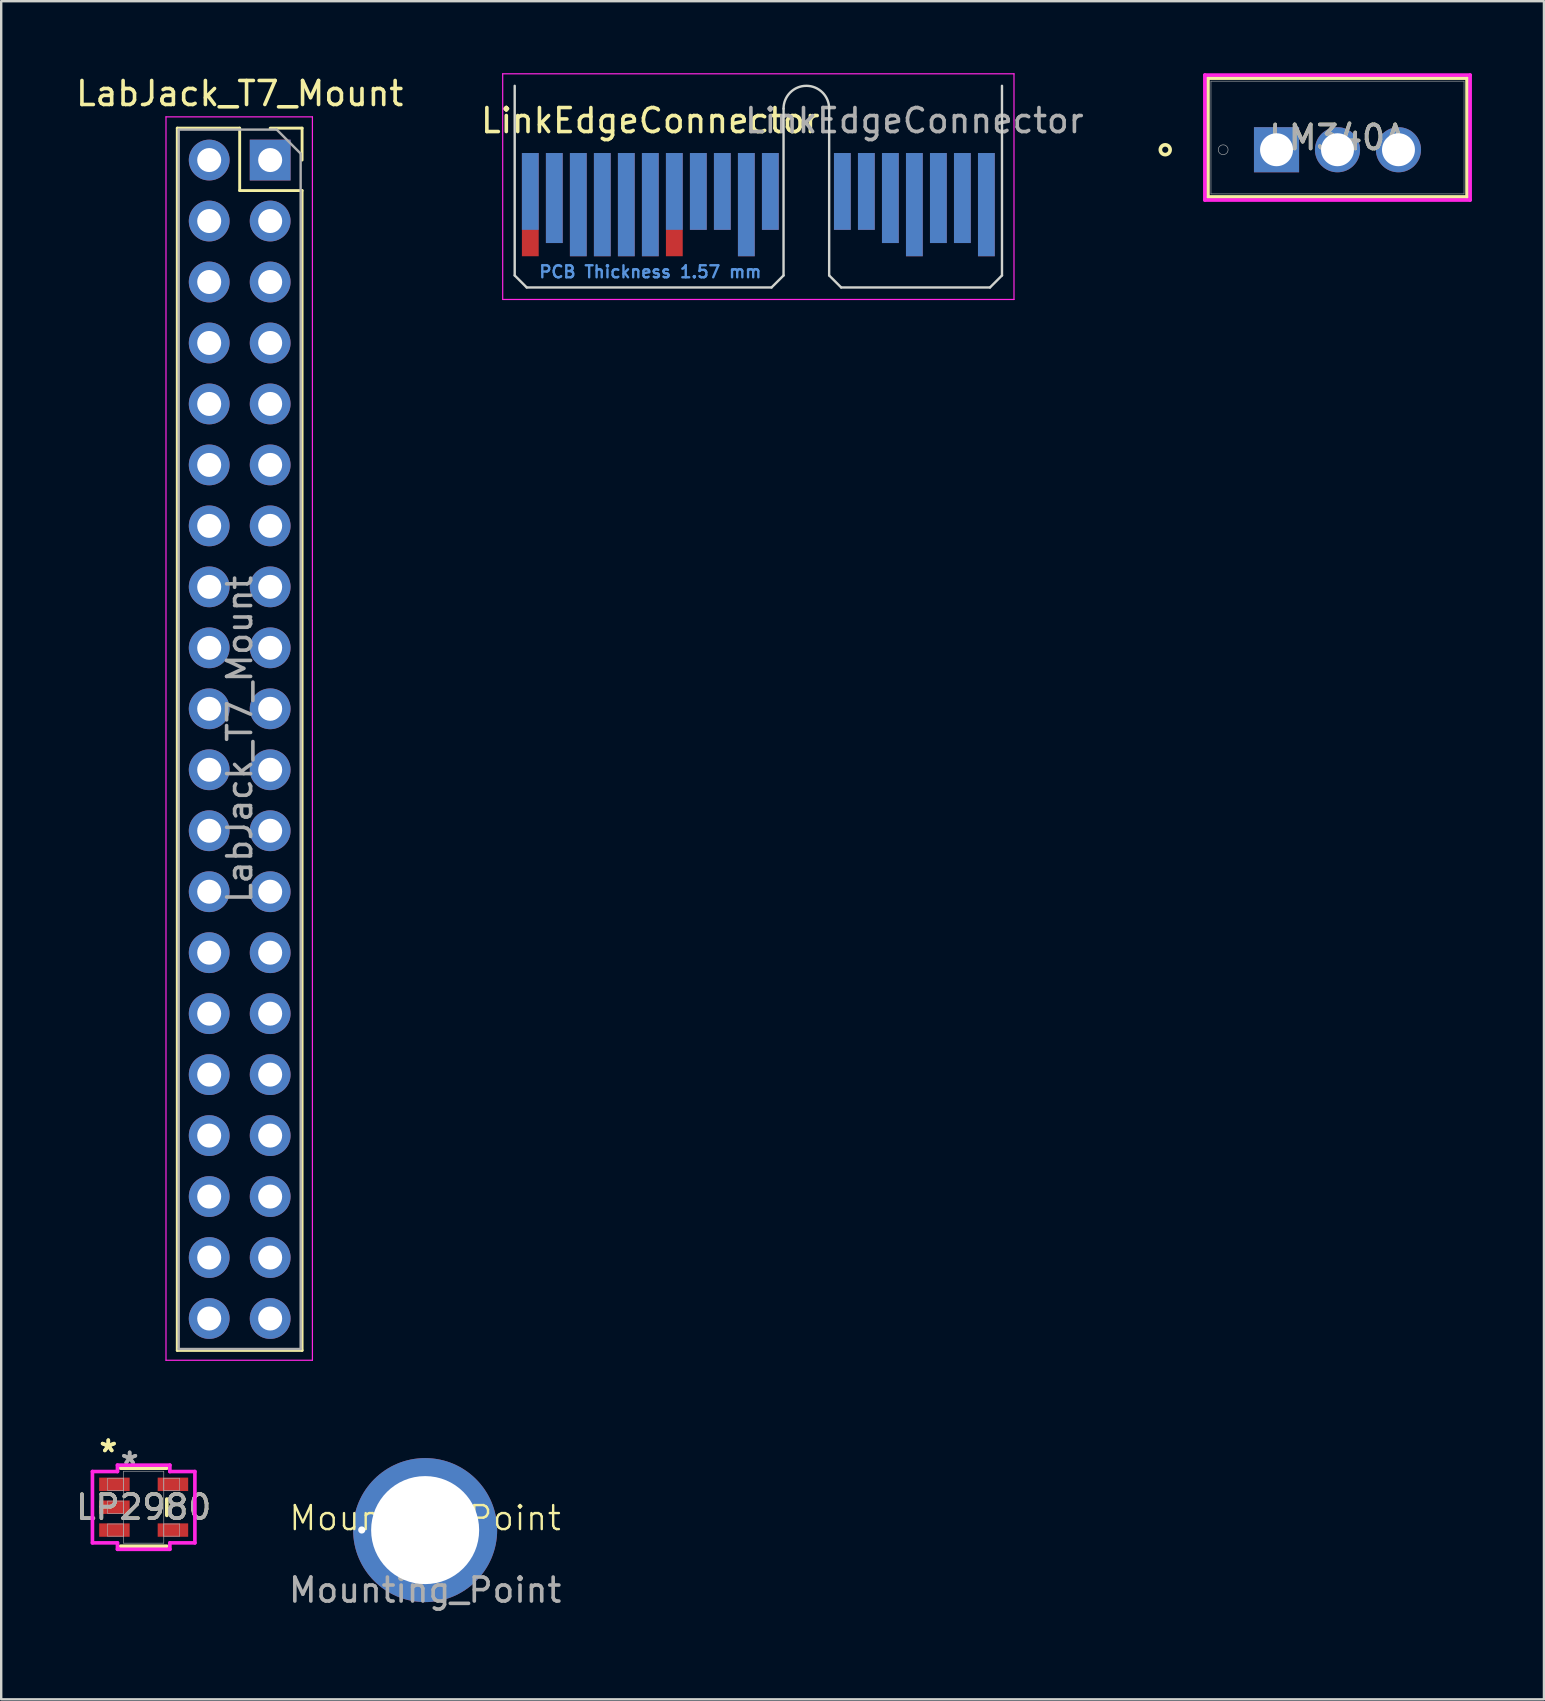
<source format=kicad_pcb>
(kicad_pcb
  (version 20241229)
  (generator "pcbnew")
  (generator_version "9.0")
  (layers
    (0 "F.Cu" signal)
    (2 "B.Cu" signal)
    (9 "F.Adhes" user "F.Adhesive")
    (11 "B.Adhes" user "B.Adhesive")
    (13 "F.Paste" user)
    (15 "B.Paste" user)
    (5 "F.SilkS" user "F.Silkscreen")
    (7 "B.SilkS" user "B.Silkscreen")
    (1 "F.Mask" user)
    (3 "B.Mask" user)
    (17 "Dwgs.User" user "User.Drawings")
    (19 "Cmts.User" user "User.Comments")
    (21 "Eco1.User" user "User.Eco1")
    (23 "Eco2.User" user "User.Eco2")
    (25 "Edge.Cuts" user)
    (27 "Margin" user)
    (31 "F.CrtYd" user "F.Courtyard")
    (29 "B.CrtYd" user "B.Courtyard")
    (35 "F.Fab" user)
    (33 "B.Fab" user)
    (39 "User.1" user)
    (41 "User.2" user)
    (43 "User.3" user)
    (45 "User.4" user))
  (footprint "LP2980"
    (layer "F.Cu")
    (at 2.935 59.739)
    (property "Reference" "LP2980" (at 0 0 0) (unlocked yes) (layer "F.SilkS") (effects (font (size 1 1) (thickness 0.15))))
    (attr smd)
    (fp_line (start -0.965 1.626) (end 0.965 1.626) (stroke (width 0.152) (type solid)) (layer "F.SilkS"))
    (fp_line (start 0.965 -1.626) (end -0.965 -1.626) (stroke (width 0.152) (type solid)) (layer "F.SilkS"))
    (fp_line (start 0.965 0.34) (end 0.965 -0.34) (stroke (width 0.152) (type solid)) (layer "F.SilkS"))
    (fp_line (start -2.134 -1.486) (end -1.092 -1.486) (stroke (width 0.152) (type solid)) (layer "F.CrtYd"))
    (fp_line (start -2.134 1.486) (end -2.134 -1.486) (stroke (width 0.152) (type solid)) (layer "F.CrtYd"))
    (fp_line (start -1.092 -1.753) (end 1.092 -1.753) (stroke (width 0.152) (type solid)) (layer "F.CrtYd"))
    (fp_line (start -1.092 -1.486) (end -1.092 -1.753) (stroke (width 0.152) (type solid)) (layer "F.CrtYd"))
    (fp_line (start -1.092 1.486) (end -2.134 1.486) (stroke (width 0.152) (type solid)) (layer "F.CrtYd"))
    (fp_line (start -1.092 1.753) (end -1.092 1.486) (stroke (width 0.152) (type solid)) (layer "F.CrtYd"))
    (fp_line (start 1.092 -1.753) (end 1.092 -1.486) (stroke (width 0.152) (type solid)) (layer "F.CrtYd"))
    (fp_line (start 1.092 -1.486) (end 2.134 -1.486) (stroke (width 0.152) (type solid)) (layer "F.CrtYd"))
    (fp_line (start 1.092 1.486) (end 1.092 1.753) (stroke (width 0.152) (type solid)) (layer "F.CrtYd"))
    (fp_line (start 1.092 1.753) (end -1.092 1.753) (stroke (width 0.152) (type solid)) (layer "F.CrtYd"))
    (fp_line (start 2.134 -1.486) (end 2.134 1.486) (stroke (width 0.152) (type solid)) (layer "F.CrtYd"))
    (fp_line (start 2.134 1.486) (end 1.092 1.486) (stroke (width 0.152) (type solid)) (layer "F.CrtYd"))
    (fp_line (start -1.499 -1.206) (end -1.499 -0.699) (stroke (width 0.025) (type solid)) (layer "F.Fab"))
    (fp_line (start -1.499 -0.699) (end -0.838 -0.699) (stroke (width 0.025) (type solid)) (layer "F.Fab"))
    (fp_line (start -1.499 -0.254) (end -1.499 0.254) (stroke (width 0.025) (type solid)) (layer "F.Fab"))
    (fp_line (start -1.499 0.254) (end -0.838 0.254) (stroke (width 0.025) (type solid)) (layer "F.Fab"))
    (fp_line (start -1.499 0.699) (end -1.499 1.206) (stroke (width 0.025) (type solid)) (layer "F.Fab"))
    (fp_line (start -1.499 1.206) (end -0.838 1.206) (stroke (width 0.025) (type solid)) (layer "F.Fab"))
    (fp_line (start -0.838 -1.499) (end -0.838 1.499) (stroke (width 0.025) (type solid)) (layer "F.Fab"))
    (fp_line (start -0.838 -1.206) (end -1.499 -1.206) (stroke (width 0.025) (type solid)) (layer "F.Fab"))
    (fp_line (start -0.838 -0.699) (end -0.838 -1.206) (stroke (width 0.025) (type solid)) (layer "F.Fab"))
    (fp_line (start -0.838 -0.254) (end -1.499 -0.254) (stroke (width 0.025) (type solid)) (layer "F.Fab"))
    (fp_line (start -0.838 0.254) (end -0.838 -0.254) (stroke (width 0.025) (type solid)) (layer "F.Fab"))
    (fp_line (start -0.838 0.699) (end -1.499 0.699) (stroke (width 0.025) (type solid)) (layer "F.Fab"))
    (fp_line (start -0.838 1.206) (end -0.838 0.699) (stroke (width 0.025) (type solid)) (layer "F.Fab"))
    (fp_line (start -0.838 1.499) (end 0.838 1.499) (stroke (width 0.025) (type solid)) (layer "F.Fab"))
    (fp_line (start 0.838 -1.499) (end -0.838 -1.499) (stroke (width 0.025) (type solid)) (layer "F.Fab"))
    (fp_line (start 0.838 -1.206) (end 0.838 -0.699) (stroke (width 0.025) (type solid)) (layer "F.Fab"))
    (fp_line (start 0.838 -0.699) (end 1.499 -0.699) (stroke (width 0.025) (type solid)) (layer "F.Fab"))
    (fp_line (start 0.838 0.699) (end 0.838 1.206) (stroke (width 0.025) (type solid)) (layer "F.Fab"))
    (fp_line (start 0.838 1.206) (end 1.499 1.206) (stroke (width 0.025) (type solid)) (layer "F.Fab"))
    (fp_line (start 0.838 1.499) (end 0.838 -1.499) (stroke (width 0.025) (type solid)) (layer "F.Fab"))
    (fp_line (start 1.499 -1.206) (end 0.838 -1.206) (stroke (width 0.025) (type solid)) (layer "F.Fab"))
    (fp_line (start 1.499 -0.699) (end 1.499 -1.206) (stroke (width 0.025) (type solid)) (layer "F.Fab"))
    (fp_line (start 1.499 0.699) (end 0.838 0.699) (stroke (width 0.025) (type solid)) (layer "F.Fab"))
    (fp_line (start 1.499 1.206) (end 1.499 0.699) (stroke (width 0.025) (type solid)) (layer "F.Fab"))
    (fp_text user "*" (at -1.473 -2.248 0) (layer "F.SilkS") (effects (font (size 1 1) (thickness 0.15))))
    (fp_text user "*" (at -1.473 -2.248 0) (unlocked yes) (layer "F.SilkS") (effects (font (size 1 1) (thickness 0.15))))
    (fp_text user "*" (at -0.584 -1.74 0) (layer "F.Fab") (effects (font (size 1 1) (thickness 0.15))))
    (fp_text user "${REFERENCE}" (at 0 0 0) (unlocked yes) (layer "F.Fab") (effects (font (size 1 1) (thickness 0.15))))
    (fp_text user "*" (at -0.584 -1.74 0) (unlocked yes) (layer "F.Fab") (effects (font (size 1 1) (thickness 0.15))))
    (pad "1" smd rect (at -1.219 -0.953) (size 1.27 0.559) (layers "F.Cu" "F.Mask" "F.Paste"))
    (pad "2" smd rect (at -1.219 0) (size 1.27 0.559) (layers "F.Cu" "F.Mask" "F.Paste"))
    (pad "3" smd rect (at -1.219 0.953) (size 1.27 0.559) (layers "F.Cu" "F.Mask" "F.Paste"))
    (pad "4" smd rect (at 1.219 0.953) (size 1.27 0.559) (layers "F.Cu" "F.Mask" "F.Paste"))
    (pad "5" smd rect (at 1.219 -0.953) (size 1.27 0.559) (layers "F.Cu" "F.Mask" "F.Paste")))
  (footprint "LabJack_T7_Mount"
    (layer "F.Cu")
    (at 8.205 3.618)
    (property "Reference" "LabJack_T7_Mount" (at -1.27 -2.77 0) (layer "F.SilkS") (effects (font (size 1 1) (thickness 0.15))))
    (attr through_hole)
    (fp_line (start -3.87 -1.33) (end -3.87 49.59) (stroke (width 0.12) (type solid)) (layer "F.SilkS"))
    (fp_line (start -3.87 -1.33) (end -1.27 -1.33) (stroke (width 0.12) (type solid)) (layer "F.SilkS"))
    (fp_line (start -3.87 49.59) (end 1.33 49.59) (stroke (width 0.12) (type solid)) (layer "F.SilkS"))
    (fp_line (start -1.27 -1.33) (end -1.27 1.27) (stroke (width 0.12) (type solid)) (layer "F.SilkS"))
    (fp_line (start -1.27 1.27) (end 1.33 1.27) (stroke (width 0.12) (type solid)) (layer "F.SilkS"))
    (fp_line (start 0 -1.33) (end 1.33 -1.33) (stroke (width 0.12) (type solid)) (layer "F.SilkS"))
    (fp_line (start 1.33 -1.33) (end 1.33 0) (stroke (width 0.12) (type solid)) (layer "F.SilkS"))
    (fp_line (start 1.33 1.27) (end 1.33 49.59) (stroke (width 0.12) (type solid)) (layer "F.SilkS"))
    (fp_line (start -4.34 -1.8) (end 1.76 -1.8) (stroke (width 0.05) (type solid)) (layer "F.CrtYd"))
    (fp_line (start -4.34 50) (end -4.34 -1.8) (stroke (width 0.05) (type solid)) (layer "F.CrtYd"))
    (fp_line (start 1.76 -1.8) (end 1.76 50) (stroke (width 0.05) (type solid)) (layer "F.CrtYd"))
    (fp_line (start 1.76 50) (end -4.34 50) (stroke (width 0.05) (type solid)) (layer "F.CrtYd"))
    (fp_line (start -3.81 -1.27) (end 0.27 -1.27) (stroke (width 0.1) (type solid)) (layer "F.Fab"))
    (fp_line (start -3.81 49.53) (end -3.81 -1.27) (stroke (width 0.1) (type solid)) (layer "F.Fab"))
    (fp_line (start 0.27 -1.27) (end 1.27 -0.27) (stroke (width 0.1) (type solid)) (layer "F.Fab"))
    (fp_line (start 1.27 -0.27) (end 1.27 49.53) (stroke (width 0.1) (type solid)) (layer "F.Fab"))
    (fp_line (start 1.27 49.53) (end -3.81 49.53) (stroke (width 0.1) (type solid)) (layer "F.Fab"))
    (fp_text user "${REFERENCE}" (at -1.27 24.13 90) (layer "F.Fab") (effects (font (size 1 1) (thickness 0.15))))
    (pad "1" thru_hole rect (at 0 0) (size 1.7 1.7) (drill 1) (layers "*.Cu" "*.Mask"))
    (pad "2" thru_hole circle (at -2.54 0) (size 1.7 1.7) (drill 1) (layers "*.Cu" "*.Mask"))
    (pad "3" thru_hole circle (at 0 2.54) (size 1.7 1.7) (drill 1) (layers "*.Cu" "*.Mask"))
    (pad "4" thru_hole circle (at -2.54 2.54) (size 1.7 1.7) (drill 1) (layers "*.Cu" "*.Mask"))
    (pad "5" thru_hole circle (at 0 5.08) (size 1.7 1.7) (drill 1) (layers "*.Cu" "*.Mask"))
    (pad "6" thru_hole circle (at -2.54 5.08) (size 1.7 1.7) (drill 1) (layers "*.Cu" "*.Mask"))
    (pad "7" thru_hole circle (at 0 7.62) (size 1.7 1.7) (drill 1) (layers "*.Cu" "*.Mask"))
    (pad "8" thru_hole circle (at -2.54 7.62) (size 1.7 1.7) (drill 1) (layers "*.Cu" "*.Mask"))
    (pad "9" thru_hole circle (at 0 10.16) (size 1.7 1.7) (drill 1) (layers "*.Cu" "*.Mask"))
    (pad "10" thru_hole circle (at -2.54 10.16) (size 1.7 1.7) (drill 1) (layers "*.Cu" "*.Mask"))
    (pad "11" thru_hole circle (at 0 12.7) (size 1.7 1.7) (drill 1) (layers "*.Cu" "*.Mask"))
    (pad "12" thru_hole circle (at -2.54 12.7) (size 1.7 1.7) (drill 1) (layers "*.Cu" "*.Mask"))
    (pad "13" thru_hole circle (at 0 15.24) (size 1.7 1.7) (drill 1) (layers "*.Cu" "*.Mask"))
    (pad "14" thru_hole circle (at -2.54 15.24) (size 1.7 1.7) (drill 1) (layers "*.Cu" "*.Mask"))
    (pad "15" thru_hole circle (at 0 17.78) (size 1.7 1.7) (drill 1) (layers "*.Cu" "*.Mask"))
    (pad "16" thru_hole circle (at -2.54 17.78) (size 1.7 1.7) (drill 1) (layers "*.Cu" "*.Mask"))
    (pad "17" thru_hole circle (at 0 20.32) (size 1.7 1.7) (drill 1) (layers "*.Cu" "*.Mask"))
    (pad "18" thru_hole circle (at -2.54 20.32) (size 1.7 1.7) (drill 1) (layers "*.Cu" "*.Mask"))
    (pad "19" thru_hole circle (at 0 22.86) (size 1.7 1.7) (drill 1) (layers "*.Cu" "*.Mask"))
    (pad "20" thru_hole circle (at -2.54 22.86) (size 1.7 1.7) (drill 1) (layers "*.Cu" "*.Mask"))
    (pad "21" thru_hole circle (at 0 25.4) (size 1.7 1.7) (drill 1) (layers "*.Cu" "*.Mask"))
    (pad "22" thru_hole circle (at -2.54 25.4) (size 1.7 1.7) (drill 1) (layers "*.Cu" "*.Mask"))
    (pad "23" thru_hole circle (at 0 27.94) (size 1.7 1.7) (drill 1) (layers "*.Cu" "*.Mask"))
    (pad "24" thru_hole circle (at -2.54 27.94) (size 1.7 1.7) (drill 1) (layers "*.Cu" "*.Mask"))
    (pad "25" thru_hole circle (at 0 30.48) (size 1.7 1.7) (drill 1) (layers "*.Cu" "*.Mask"))
    (pad "26" thru_hole circle (at -2.54 30.48) (size 1.7 1.7) (drill 1) (layers "*.Cu" "*.Mask"))
    (pad "27" thru_hole circle (at 0 33.02) (size 1.7 1.7) (drill 1) (layers "*.Cu" "*.Mask"))
    (pad "28" thru_hole circle (at -2.54 33.02) (size 1.7 1.7) (drill 1) (layers "*.Cu" "*.Mask"))
    (pad "29" thru_hole circle (at 0 35.56) (size 1.7 1.7) (drill 1) (layers "*.Cu" "*.Mask"))
    (pad "30" thru_hole circle (at -2.54 35.56) (size 1.7 1.7) (drill 1) (layers "*.Cu" "*.Mask"))
    (pad "31" thru_hole circle (at 0 38.1) (size 1.7 1.7) (drill 1) (layers "*.Cu" "*.Mask"))
    (pad "32" thru_hole circle (at -2.54 38.1) (size 1.7 1.7) (drill 1) (layers "*.Cu" "*.Mask"))
    (pad "33" thru_hole circle (at 0 40.64) (size 1.7 1.7) (drill 1) (layers "*.Cu" "*.Mask"))
    (pad "34" thru_hole circle (at -2.54 40.64) (size 1.7 1.7) (drill 1) (layers "*.Cu" "*.Mask"))
    (pad "35" thru_hole circle (at 0 43.18) (size 1.7 1.7) (drill 1) (layers "*.Cu" "*.Mask"))
    (pad "36" thru_hole circle (at -2.54 43.18) (size 1.7 1.7) (drill 1) (layers "*.Cu" "*.Mask"))
    (pad "37" thru_hole circle (at 0 45.72) (size 1.7 1.7) (drill 1) (layers "*.Cu" "*.Mask"))
    (pad "38" thru_hole circle (at -2.54 45.72) (size 1.7 1.7) (drill 1) (layers "*.Cu" "*.Mask"))
    (pad "39" thru_hole circle (at 0 48.26) (size 1.7 1.7) (drill 1) (layers "*.Cu" "*.Mask"))
    (pad "40" thru_hole circle (at -2.54 48.26) (size 1.7 1.7) (drill 1) (layers "*.Cu" "*.Mask")))
  (footprint "Mounting_Point"
    (layer "F.Cu")
    (at 14.661 60.693)
    (property "Reference" "Mounting_Point" (at 0 -0.5 0) (unlocked yes) (layer "F.SilkS") (effects (font (size 1 1) (thickness 0.1))))
    (attr smd)
    (fp_circle (center 0 0) (end 0 -4) (stroke (width 0.1) (type default)) (fill no) (layer "Margin"))
    (fp_text user "${REFERENCE}" (at 0 2.5 0) (unlocked yes) (layer "F.Fab") (effects (font (size 1 1) (thickness 0.15))))
    (pad "1" thru_hole circle (at 0 0) (size 6 6) (drill 4.5) (layers "*.Cu" "*.Mask"))
    (pad "2" thru_hole circle (at -2.641 -0.005) (size 0.6 0.6) (drill 0.3) (layers "*.Cu" "*.Mask")))
  (footprint "LM340A"
    (layer "F.Cu")
    (at 50.129 3.188)
    (property "Reference" "LM340A" (at 2.54 -0.508 0) (unlocked yes) (layer "F.SilkS") (effects (font (size 1 1) (thickness 0.15))))
    (attr through_hole)
    (fp_line (start -2.857 -2.985) (end -2.857 1.968) (stroke (width 0.152) (type solid)) (layer "F.SilkS"))
    (fp_line (start -2.857 1.968) (end 7.938 1.968) (stroke (width 0.152) (type solid)) (layer "F.SilkS"))
    (fp_line (start 7.938 -2.985) (end -2.857 -2.985) (stroke (width 0.152) (type solid)) (layer "F.SilkS"))
    (fp_line (start 7.938 1.968) (end 7.938 -2.985) (stroke (width 0.152) (type solid)) (layer "F.SilkS"))
    (fp_circle (center -4.636 0) (end -4.432 0) (stroke (width 0.152) (type solid)) (fill no) (layer "F.SilkS"))
    (fp_line (start -2.985 -3.111) (end 8.065 -3.111) (stroke (width 0.152) (type solid)) (layer "F.CrtYd"))
    (fp_line (start -2.985 2.095) (end -2.985 -3.111) (stroke (width 0.152) (type solid)) (layer "F.CrtYd"))
    (fp_line (start 8.065 -3.111) (end 8.065 2.095) (stroke (width 0.152) (type solid)) (layer "F.CrtYd"))
    (fp_line (start 8.065 2.095) (end -2.985 2.095) (stroke (width 0.152) (type solid)) (layer "F.CrtYd"))
    (fp_line (start -2.731 -2.857) (end -2.731 1.841) (stroke (width 0.025) (type solid)) (layer "F.Fab"))
    (fp_line (start -2.731 1.841) (end 7.811 1.841) (stroke (width 0.025) (type solid)) (layer "F.Fab"))
    (fp_line (start -0.254 0) (end 0.254 0) (stroke (width 0.152) (type solid)) (layer "F.Fab"))
    (fp_line (start 0 0.254) (end 0 -0.254) (stroke (width 0.152) (type solid)) (layer "F.Fab"))
    (fp_line (start 7.811 -2.857) (end -2.731 -2.857) (stroke (width 0.025) (type solid)) (layer "F.Fab"))
    (fp_line (start 7.811 1.841) (end 7.811 -2.857) (stroke (width 0.025) (type solid)) (layer "F.Fab"))
    (fp_circle (center -2.223 0) (end -2.019 0) (stroke (width 0.025) (type solid)) (fill no) (layer "F.Fab"))
    (fp_text user "${REFERENCE}" (at 2.54 -0.508 0) (unlocked yes) (layer "F.Fab") (effects (font (size 1 1) (thickness 0.15))))
    (pad "1" thru_hole rect (at 0 0) (size 1.88 1.88) (drill 1.372) (layers "*.Cu" "*.Mask"))
    (pad "2" thru_hole circle (at 2.54 0) (size 1.88 1.88) (drill 1.372) (layers "*.Cu" "*.Mask"))
    (pad "3" thru_hole circle (at 5.08 0) (size 1.88 1.88) (drill 1.372) (layers "*.Cu" "*.Mask")))
  (footprint "LinkEdgeConnector"
    (layer "F.Cu")
    (at 19.042 5.475)
    (property "Reference" "LinkEdgeConnector" (at 5 -3.5 0) (layer "F.SilkS") (effects (font (size 1 1) (thickness 0.15))))
    (attr exclude_from_pos_files exclude_from_bom)
    (fp_line (start -0.65 -4.95) (end -0.65 2.95) (stroke (width 0.1) (type solid)) (layer "Edge.Cuts"))
    (fp_line (start -0.65 2.95) (end -0.15 3.45) (stroke (width 0.1) (type solid)) (layer "Edge.Cuts"))
    (fp_line (start -0.15 3.45) (end 10.05 3.45) (stroke (width 0.1) (type solid)) (layer "Edge.Cuts"))
    (fp_line (start 10.55 -4) (end 10.55 2.95) (stroke (width 0.1) (type solid)) (layer "Edge.Cuts"))
    (fp_line (start 10.55 2.95) (end 10.05 3.45) (stroke (width 0.1) (type solid)) (layer "Edge.Cuts"))
    (fp_line (start 12.45 -4) (end 12.45 2.95) (stroke (width 0.1) (type solid)) (layer "Edge.Cuts"))
    (fp_line (start 12.45 2.95) (end 12.95 3.45) (stroke (width 0.1) (type solid)) (layer "Edge.Cuts"))
    (fp_line (start 12.95 3.45) (end 19.15 3.45) (stroke (width 0.1) (type solid)) (layer "Edge.Cuts"))
    (fp_line (start 19.65 -4.95) (end 19.65 2.95) (stroke (width 0.1) (type solid)) (layer "Edge.Cuts"))
    (fp_line (start 19.65 2.95) (end 19.15 3.45) (stroke (width 0.1) (type solid)) (layer "Edge.Cuts"))
    (fp_arc (start 10.55 -4) (mid 11.5 -4.95) (end 12.45 -4) (stroke (width 0.1) (type solid)) (layer "Edge.Cuts"))
    (fp_line (start -1.15 -5.45) (end -1.15 3.95) (stroke (width 0.05) (type solid)) (layer "F.CrtYd"))
    (fp_line (start -1.15 -5.45) (end 20.15 -5.45) (stroke (width 0.05) (type solid)) (layer "F.CrtYd"))
    (fp_line (start 20.15 3.95) (end -1.15 3.95) (stroke (width 0.05) (type solid)) (layer "F.CrtYd"))
    (fp_line (start 20.15 3.95) (end 20.15 -5.45) (stroke (width 0.05) (type solid)) (layer "F.CrtYd"))
    (fp_text user "PCB Thickness 1.57 mm" (at 5 2.8 180) (layer "Cmts.User") (effects (font (size 0.5 0.5) (thickness 0.1))))
    (fp_text user "${REFERENCE}" (at 16 -3.5 0) (layer "F.Fab") (effects (font (size 1 1) (thickness 0.15))))
    (pad "A1" connect rect (at 0 -0.55) (size 0.7 3.2) (layers "B.Cu" "B.Mask"))
    (pad "A2" connect rect (at 1 -0.275) (size 0.7 3.75) (layers "B.Cu" "B.Mask"))
    (pad "A3" connect rect (at 2 0) (size 0.7 4.3) (layers "B.Cu" "B.Mask"))
    (pad "A4" connect rect (at 3 0) (size 0.7 4.3) (layers "B.Cu" "B.Mask"))
    (pad "A5" connect rect (at 4 0) (size 0.7 4.3) (layers "B.Cu" "B.Mask"))
    (pad "A6" connect rect (at 5 0) (size 0.7 4.3) (layers "B.Cu" "B.Mask"))
    (pad "A7" connect rect (at 6 -0.55) (size 0.7 3.2) (layers "B.Cu" "B.Mask"))
    (pad "A8" connect rect (at 7 -0.55) (size 0.7 3.2) (layers "B.Cu" "B.Mask"))
    (pad "A9" connect rect (at 8 -0.55) (size 0.7 3.2) (layers "B.Cu" "B.Mask"))
    (pad "A10" connect rect (at 9 0) (size 0.7 4.3) (layers "B.Cu" "B.Mask"))
    (pad "A11" connect rect (at 10 -0.55) (size 0.7 3.2) (layers "B.Cu" "B.Mask"))
    (pad "A12" connect rect (at 13 -0.55) (size 0.7 3.2) (layers "B.Cu" "B.Mask"))
    (pad "A13" connect rect (at 14 -0.55) (size 0.7 3.2) (layers "B.Cu" "B.Mask"))
    (pad "A14" connect rect (at 15 -0.275) (size 0.7 3.75) (layers "B.Cu" "B.Mask"))
    (pad "A15" connect rect (at 16 0) (size 0.7 4.3) (layers "B.Cu" "B.Mask"))
    (pad "A16" connect rect (at 17 -0.275) (size 0.7 3.75) (layers "B.Cu" "B.Mask"))
    (pad "A17" connect rect (at 18 -0.275) (size 0.7 3.75) (layers "B.Cu" "B.Mask"))
    (pad "A18" connect rect (at 19 0) (size 0.7 4.3) (layers "B.Cu" "B.Mask"))
    (pad "B1" connect rect (at 0 0) (size 0.7 4.3) (layers "F.Cu" "F.Mask"))
    (pad "B2" connect rect (at 1 -0.275) (size 0.7 3.75) (layers "F.Cu" "F.Mask"))
    (pad "B3" connect rect (at 2 0) (size 0.7 4.3) (layers "F.Cu" "F.Mask"))
    (pad "B4" connect rect (at 3 0) (size 0.7 4.3) (layers "F.Cu" "F.Mask"))
    (pad "B5" connect rect (at 4 0) (size 0.7 4.3) (layers "F.Cu" "F.Mask"))
    (pad "B6" connect rect (at 5 0) (size 0.7 4.3) (layers "F.Cu" "F.Mask"))
    (pad "B7" connect rect (at 6 0) (size 0.7 4.3) (layers "F.Cu" "F.Mask"))
    (pad "B8" connect rect (at 7 -0.55) (size 0.7 3.2) (layers "F.Cu" "F.Mask"))
    (pad "B9" connect rect (at 8 -0.55) (size 0.7 3.2) (layers "F.Cu" "F.Mask"))
    (pad "B10" connect rect (at 9 0) (size 0.7 4.3) (layers "F.Cu" "F.Mask"))
    (pad "B11" connect rect (at 10 -0.55) (size 0.7 3.2) (layers "F.Cu" "F.Mask"))
    (pad "B12" connect rect (at 13 -0.55) (size 0.7 3.2) (layers "F.Cu" "F.Mask"))
    (pad "B13" connect rect (at 14 -0.55) (size 0.7 3.2) (layers "F.Cu" "F.Mask"))
    (pad "B14" connect rect (at 15 -0.275) (size 0.7 3.75) (layers "F.Cu" "F.Mask"))
    (pad "B15" connect rect (at 16 0) (size 0.7 4.3) (layers "F.Cu" "F.Mask"))
    (pad "B16" connect rect (at 17 -0.275) (size 0.7 3.75) (layers "F.Cu" "F.Mask"))
    (pad "B17" connect rect (at 18 -0.275) (size 0.7 3.75) (layers "F.Cu" "F.Mask"))
    (pad "B18" connect rect (at 19 0) (size 0.7 4.3) (layers "F.Cu" "F.Mask")))
  (gr_rect
    (start -3 -3)
    (end 61.27 67.743)
    (stroke (width 0.1) (type default))
    (fill no)
    (layer "Edge.Cuts")))
</source>
